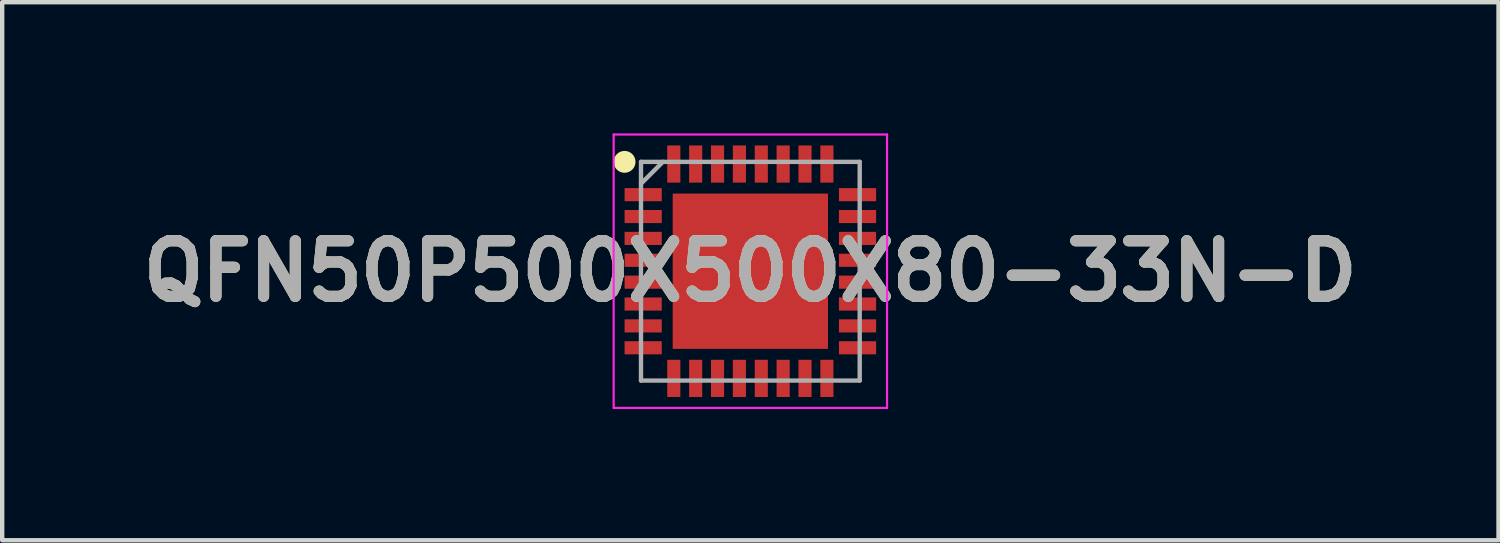
<source format=kicad_pcb>
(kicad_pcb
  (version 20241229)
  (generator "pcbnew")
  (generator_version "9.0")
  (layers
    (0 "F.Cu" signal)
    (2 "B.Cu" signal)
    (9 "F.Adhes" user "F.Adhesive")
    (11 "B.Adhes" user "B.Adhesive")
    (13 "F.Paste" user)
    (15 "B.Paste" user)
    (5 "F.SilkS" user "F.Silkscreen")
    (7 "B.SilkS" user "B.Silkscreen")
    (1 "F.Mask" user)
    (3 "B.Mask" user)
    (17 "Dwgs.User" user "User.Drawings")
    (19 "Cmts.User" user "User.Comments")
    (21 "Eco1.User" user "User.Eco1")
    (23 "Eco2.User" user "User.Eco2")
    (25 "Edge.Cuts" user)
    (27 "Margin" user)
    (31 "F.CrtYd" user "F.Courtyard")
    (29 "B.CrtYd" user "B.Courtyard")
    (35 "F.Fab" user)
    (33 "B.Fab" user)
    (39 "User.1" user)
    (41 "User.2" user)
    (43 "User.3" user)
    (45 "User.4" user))
  (footprint "QFN50P500X500X80-33N-D"
    (layer "F.Cu")
    (at 14.103 3.15)
    (property "Reference" "QFN50P500X500X80-33N-D" (at 0 0 0) (layer "F.SilkS") (effects (font (size 1.27 1.27) (thickness 0.254))))
    (attr smd)
    (fp_circle (center -2.875 -2.5) (end -2.875 -2.375) (stroke (width 0.25) (type solid)) (fill no) (layer "F.SilkS"))
    (fp_line (start -3.125 -3.125) (end 3.125 -3.125) (stroke (width 0.05) (type solid)) (layer "F.CrtYd"))
    (fp_line (start -3.125 3.125) (end -3.125 -3.125) (stroke (width 0.05) (type solid)) (layer "F.CrtYd"))
    (fp_line (start 3.125 -3.125) (end 3.125 3.125) (stroke (width 0.05) (type solid)) (layer "F.CrtYd"))
    (fp_line (start 3.125 3.125) (end -3.125 3.125) (stroke (width 0.05) (type solid)) (layer "F.CrtYd"))
    (fp_line (start -2.5 -2.5) (end 2.5 -2.5) (stroke (width 0.1) (type solid)) (layer "F.Fab"))
    (fp_line (start -2.5 -2) (end -2 -2.5) (stroke (width 0.1) (type solid)) (layer "F.Fab"))
    (fp_line (start -2.5 2.5) (end -2.5 -2.5) (stroke (width 0.1) (type solid)) (layer "F.Fab"))
    (fp_line (start 2.5 -2.5) (end 2.5 2.5) (stroke (width 0.1) (type solid)) (layer "F.Fab"))
    (fp_line (start 2.5 2.5) (end -2.5 2.5) (stroke (width 0.1) (type solid)) (layer "F.Fab"))
    (fp_text user "${REFERENCE}" (at 0 0 0) (layer "F.Fab") (effects (font (size 1.27 1.27) (thickness 0.254))))
    (pad "1" smd rect (at -2.45 -1.75 90) (size 0.3 0.85) (layers "F.Cu" "F.Mask" "F.Paste"))
    (pad "2" smd rect (at -2.45 -1.25 90) (size 0.3 0.85) (layers "F.Cu" "F.Mask" "F.Paste"))
    (pad "3" smd rect (at -2.45 -0.75 90) (size 0.3 0.85) (layers "F.Cu" "F.Mask" "F.Paste"))
    (pad "4" smd rect (at -2.45 -0.25 90) (size 0.3 0.85) (layers "F.Cu" "F.Mask" "F.Paste"))
    (pad "5" smd rect (at -2.45 0.25 90) (size 0.3 0.85) (layers "F.Cu" "F.Mask" "F.Paste"))
    (pad "6" smd rect (at -2.45 0.75 90) (size 0.3 0.85) (layers "F.Cu" "F.Mask" "F.Paste"))
    (pad "7" smd rect (at -2.45 1.25 90) (size 0.3 0.85) (layers "F.Cu" "F.Mask" "F.Paste"))
    (pad "8" smd rect (at -2.45 1.75 90) (size 0.3 0.85) (layers "F.Cu" "F.Mask" "F.Paste"))
    (pad "9" smd rect (at -1.75 2.45) (size 0.3 0.85) (layers "F.Cu" "F.Mask" "F.Paste"))
    (pad "10" smd rect (at -1.25 2.45) (size 0.3 0.85) (layers "F.Cu" "F.Mask" "F.Paste"))
    (pad "11" smd rect (at -0.75 2.45) (size 0.3 0.85) (layers "F.Cu" "F.Mask" "F.Paste"))
    (pad "12" smd rect (at -0.25 2.45) (size 0.3 0.85) (layers "F.Cu" "F.Mask" "F.Paste"))
    (pad "13" smd rect (at 0.25 2.45) (size 0.3 0.85) (layers "F.Cu" "F.Mask" "F.Paste"))
    (pad "14" smd rect (at 0.75 2.45) (size 0.3 0.85) (layers "F.Cu" "F.Mask" "F.Paste"))
    (pad "15" smd rect (at 1.25 2.45) (size 0.3 0.85) (layers "F.Cu" "F.Mask" "F.Paste"))
    (pad "16" smd rect (at 1.75 2.45) (size 0.3 0.85) (layers "F.Cu" "F.Mask" "F.Paste"))
    (pad "17" smd rect (at 2.45 1.75 90) (size 0.3 0.85) (layers "F.Cu" "F.Mask" "F.Paste"))
    (pad "18" smd rect (at 2.45 1.25 90) (size 0.3 0.85) (layers "F.Cu" "F.Mask" "F.Paste"))
    (pad "19" smd rect (at 2.45 0.75 90) (size 0.3 0.85) (layers "F.Cu" "F.Mask" "F.Paste"))
    (pad "20" smd rect (at 2.45 0.25 90) (size 0.3 0.85) (layers "F.Cu" "F.Mask" "F.Paste"))
    (pad "21" smd rect (at 2.45 -0.25 90) (size 0.3 0.85) (layers "F.Cu" "F.Mask" "F.Paste"))
    (pad "22" smd rect (at 2.45 -0.75 90) (size 0.3 0.85) (layers "F.Cu" "F.Mask" "F.Paste"))
    (pad "23" smd rect (at 2.45 -1.25 90) (size 0.3 0.85) (layers "F.Cu" "F.Mask" "F.Paste"))
    (pad "24" smd rect (at 2.45 -1.75 90) (size 0.3 0.85) (layers "F.Cu" "F.Mask" "F.Paste"))
    (pad "25" smd rect (at 1.75 -2.45) (size 0.3 0.85) (layers "F.Cu" "F.Mask" "F.Paste"))
    (pad "26" smd rect (at 1.25 -2.45) (size 0.3 0.85) (layers "F.Cu" "F.Mask" "F.Paste"))
    (pad "27" smd rect (at 0.75 -2.45) (size 0.3 0.85) (layers "F.Cu" "F.Mask" "F.Paste"))
    (pad "28" smd rect (at 0.25 -2.45) (size 0.3 0.85) (layers "F.Cu" "F.Mask" "F.Paste"))
    (pad "29" smd rect (at -0.25 -2.45) (size 0.3 0.85) (layers "F.Cu" "F.Mask" "F.Paste"))
    (pad "30" smd rect (at -0.75 -2.45) (size 0.3 0.85) (layers "F.Cu" "F.Mask" "F.Paste"))
    (pad "31" smd rect (at -1.25 -2.45) (size 0.3 0.85) (layers "F.Cu" "F.Mask" "F.Paste"))
    (pad "32" smd rect (at -1.75 -2.45) (size 0.3 0.85) (layers "F.Cu" "F.Mask" "F.Paste"))
    (pad "33" smd rect (at 0 0) (size 3.55 3.55) (layers "F.Cu" "F.Mask" "F.Paste")))
  (gr_rect
    (start -3 -3)
    (end 31.206 9.3)
    (stroke (width 0.1) (type default))
    (fill no)
    (layer "Edge.Cuts")))
</source>
